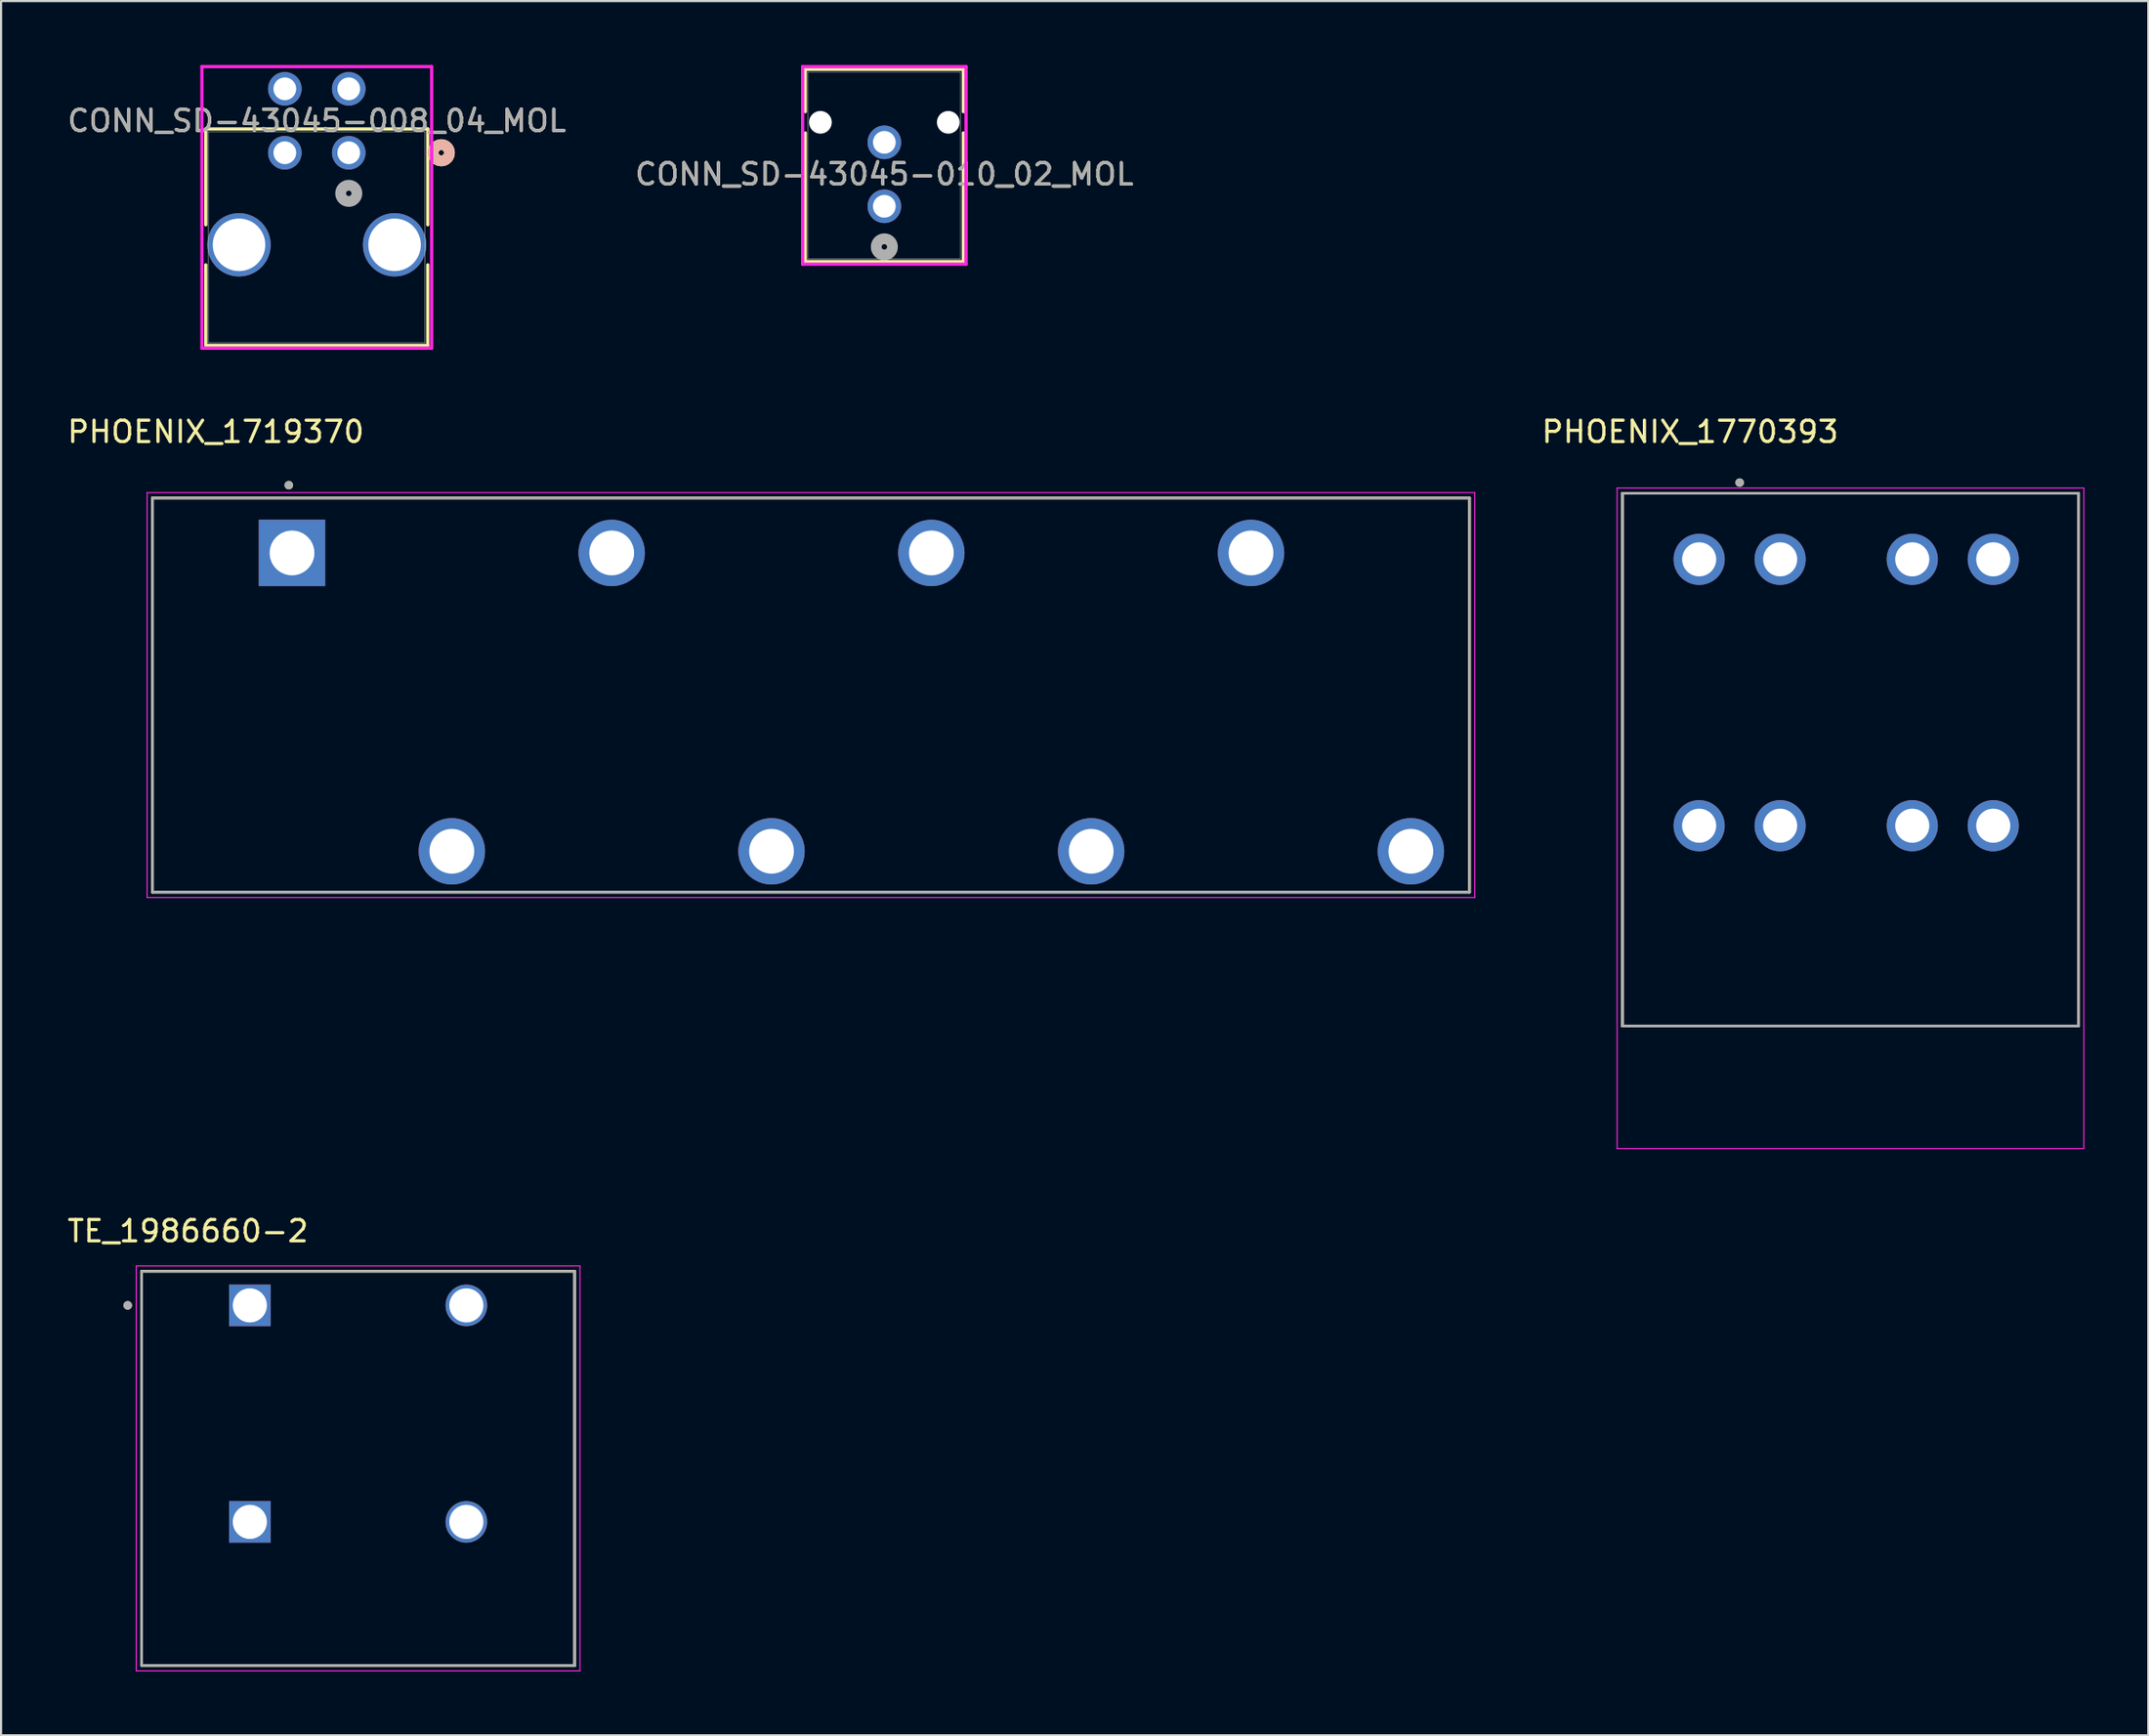
<source format=kicad_pcb>
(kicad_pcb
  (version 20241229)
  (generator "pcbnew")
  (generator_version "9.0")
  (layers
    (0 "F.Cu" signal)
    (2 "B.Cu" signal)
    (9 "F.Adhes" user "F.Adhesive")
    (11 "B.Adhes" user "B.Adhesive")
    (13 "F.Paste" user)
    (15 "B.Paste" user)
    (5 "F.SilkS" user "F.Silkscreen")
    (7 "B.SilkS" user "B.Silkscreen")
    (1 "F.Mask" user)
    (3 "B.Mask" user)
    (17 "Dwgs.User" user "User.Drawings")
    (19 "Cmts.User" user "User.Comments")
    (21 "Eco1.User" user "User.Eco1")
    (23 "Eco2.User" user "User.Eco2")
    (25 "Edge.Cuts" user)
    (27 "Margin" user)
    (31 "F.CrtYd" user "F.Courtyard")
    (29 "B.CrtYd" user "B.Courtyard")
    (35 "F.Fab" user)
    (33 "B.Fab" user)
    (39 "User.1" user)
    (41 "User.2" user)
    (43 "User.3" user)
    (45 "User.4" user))
  (footprint "TE_1986660-2"
    (layer "F.Cu")
    (at 8.673 58.205)
    (property "Reference" "TE_1986660-2" (at -2.905 -3.485 0) (layer "F.SilkS") (effects (font (size 1 1) (thickness 0.15))))
    (attr through_hole)
    (fp_line (start -5.08 16.9) (end -5.08 -1.6) (stroke (width 0.127) (type solid)) (layer "F.SilkS"))
    (fp_line (start 15.24 -1.6) (end -5.08 -1.6) (stroke (width 0.127) (type solid)) (layer "F.SilkS"))
    (fp_line (start 15.24 -1.6) (end 15.24 16.9) (stroke (width 0.127) (type solid)) (layer "F.SilkS"))
    (fp_line (start 15.24 16.9) (end -5.08 16.9) (stroke (width 0.127) (type solid)) (layer "F.SilkS"))
    (fp_circle (center -5.73 0) (end -5.63 0) (stroke (width 0.2) (type solid)) (fill no) (layer "F.SilkS"))
    (fp_line (start -5.33 -1.85) (end 15.49 -1.85) (stroke (width 0.05) (type solid)) (layer "F.CrtYd"))
    (fp_line (start -5.33 17.15) (end -5.33 -1.85) (stroke (width 0.05) (type solid)) (layer "F.CrtYd"))
    (fp_line (start 15.49 -1.85) (end 15.49 17.15) (stroke (width 0.05) (type solid)) (layer "F.CrtYd"))
    (fp_line (start 15.49 17.15) (end -5.33 17.15) (stroke (width 0.05) (type solid)) (layer "F.CrtYd"))
    (fp_line (start -5.08 -1.6) (end 15.24 -1.6) (stroke (width 0.127) (type solid)) (layer "F.Fab"))
    (fp_line (start -5.08 16.9) (end -5.08 -1.6) (stroke (width 0.127) (type solid)) (layer "F.Fab"))
    (fp_line (start -5.08 16.9) (end -5.08 16.9) (stroke (width 0.127) (type solid)) (layer "F.Fab"))
    (fp_line (start -5.08 16.9) (end 15.24 16.9) (stroke (width 0.127) (type solid)) (layer "F.Fab"))
    (fp_line (start 15.24 -1.6) (end 15.24 16.9) (stroke (width 0.127) (type solid)) (layer "F.Fab"))
    (fp_line (start 15.24 16.9) (end -5.08 16.9) (stroke (width 0.127) (type solid)) (layer "F.Fab"))
    (fp_line (start 15.24 16.9) (end 15.24 16.9) (stroke (width 0.127) (type solid)) (layer "F.Fab"))
    (fp_circle (center -5.73 0) (end -5.63 0) (stroke (width 0.2) (type solid)) (fill no) (layer "F.Fab"))
    (pad "1_1" thru_hole rect (at 0 0) (size 1.95 1.95) (drill 1.6) (layers "*.Cu" "*.Mask"))
    (pad "1_2" thru_hole rect (at 0 10.16) (size 1.95 1.95) (drill 1.6) (layers "*.Cu" "*.Mask"))
    (pad "2_1" thru_hole circle (at 10.16 0) (size 1.95 1.95) (drill 1.6) (layers "*.Cu" "*.Mask"))
    (pad "2_2" thru_hole circle (at 10.16 10.16) (size 1.95 1.95) (drill 1.6) (layers "*.Cu" "*.Mask")))
  (footprint "CONN_SD-43045-008_04_MOL"
    (layer "F.Cu")
    (at 13.315 4.118)
    (property "Reference" "CONN_SD-43045-008_04_MOL" (at -1.5 -1.5 0) (unlocked yes) (layer "F.SilkS") (effects (font (size 1 1) (thickness 0.15))))
    (attr through_hole)
    (fp_line (start -6.707 -1.117) (end -6.707 3.38) (stroke (width 0.152) (type solid)) (layer "F.SilkS"))
    (fp_line (start -6.707 5.26) (end -6.707 9.043) (stroke (width 0.152) (type solid)) (layer "F.SilkS"))
    (fp_line (start -6.707 9.043) (end 3.707 9.043) (stroke (width 0.152) (type solid)) (layer "F.SilkS"))
    (fp_line (start 3.707 -1.117) (end -6.707 -1.117) (stroke (width 0.152) (type solid)) (layer "F.SilkS"))
    (fp_line (start 3.707 3.38) (end 3.707 -1.117) (stroke (width 0.152) (type solid)) (layer "F.SilkS"))
    (fp_line (start 3.707 9.043) (end 3.707 5.26) (stroke (width 0.152) (type solid)) (layer "F.SilkS"))
    (fp_circle (center 4.342 0) (end 4.723 0) (stroke (width 0.508) (type solid)) (fill no) (layer "F.SilkS"))
    (fp_circle (center 4.342 0) (end 4.723 0) (stroke (width 0.508) (type solid)) (fill no) (layer "B.SilkS"))
    (fp_line (start -6.89 -4.041) (end -6.89 9.17) (stroke (width 0.152) (type solid)) (layer "F.CrtYd"))
    (fp_line (start -6.89 9.17) (end 3.89 9.17) (stroke (width 0.152) (type solid)) (layer "F.CrtYd"))
    (fp_line (start 3.89 -4.041) (end -6.89 -4.041) (stroke (width 0.152) (type solid)) (layer "F.CrtYd"))
    (fp_line (start 3.89 9.17) (end 3.89 -4.041) (stroke (width 0.152) (type solid)) (layer "F.CrtYd"))
    (fp_line (start -6.58 -0.99) (end -6.58 8.916) (stroke (width 0.025) (type solid)) (layer "F.Fab"))
    (fp_line (start -6.58 8.916) (end 3.58 8.916) (stroke (width 0.025) (type solid)) (layer "F.Fab"))
    (fp_line (start 3.58 -0.99) (end -6.58 -0.99) (stroke (width 0.025) (type solid)) (layer "F.Fab"))
    (fp_line (start 3.58 8.916) (end 3.58 -0.99) (stroke (width 0.025) (type solid)) (layer "F.Fab"))
    (fp_circle (center 0 1.905) (end 0.381 1.905) (stroke (width 0.508) (type solid)) (fill no) (layer "F.Fab"))
    (fp_text user "${REFERENCE}" (at -1.5 -1.5 0) (unlocked yes) (layer "F.Fab") (effects (font (size 1 1) (thickness 0.15))))
    (pad "1" thru_hole circle (at 0 0) (size 1.575 1.575) (drill 1.067) (layers "*.Cu" "*.Mask"))
    (pad "2" thru_hole circle (at -3 0) (size 1.575 1.575) (drill 1.067) (layers "*.Cu" "*.Mask"))
    (pad "3" thru_hole circle (at 0 -3) (size 1.575 1.575) (drill 1.067) (layers "*.Cu" "*.Mask"))
    (pad "4" thru_hole circle (at -3 -3) (size 1.575 1.575) (drill 1.067) (layers "*.Cu" "*.Mask"))
    (pad "5" thru_hole circle (at -5.15 4.32) (size 2.972 2.972) (drill 2.464) (layers "*.Cu" "*.Mask"))
    (pad "6" thru_hole circle (at 2.15 4.32) (size 2.972 2.972) (drill 2.464) (layers "*.Cu" "*.Mask")))
  (footprint "PHOENIX_1770393"
    (layer "F.Cu")
    (at 73.08 45.097)
    (property "Reference" "PHOENIX_1770393" (at 3.175 -27.885 0) (layer "F.SilkS") (effects (font (size 1 1) (thickness 0.15))))
    (attr through_hole)
    (fp_line (start 0 -25) (end 0 0) (stroke (width 0.127) (type solid)) (layer "F.SilkS"))
    (fp_line (start 0 0) (end 21.4 0) (stroke (width 0.127) (type solid)) (layer "F.SilkS"))
    (fp_line (start 21.4 -25) (end 0 -25) (stroke (width 0.127) (type solid)) (layer "F.SilkS"))
    (fp_line (start 21.4 0) (end 21.4 -25) (stroke (width 0.127) (type solid)) (layer "F.SilkS"))
    (fp_circle (center 5.5 -25.5) (end 5.6 -25.5) (stroke (width 0.2) (type solid)) (fill no) (layer "F.SilkS"))
    (fp_line (start -0.25 -25.25) (end 21.65 -25.25) (stroke (width 0.05) (type solid)) (layer "F.CrtYd"))
    (fp_line (start -0.25 5.75) (end -0.25 -25.25) (stroke (width 0.05) (type solid)) (layer "F.CrtYd"))
    (fp_line (start 21.65 -25.25) (end 21.65 5.75) (stroke (width 0.05) (type solid)) (layer "F.CrtYd"))
    (fp_line (start 21.65 5.75) (end -0.25 5.75) (stroke (width 0.05) (type solid)) (layer "F.CrtYd"))
    (fp_line (start 0 -25) (end 0 0) (stroke (width 0.127) (type solid)) (layer "F.Fab"))
    (fp_line (start 0 0) (end 21.4 0) (stroke (width 0.127) (type solid)) (layer "F.Fab"))
    (fp_line (start 21.4 -25) (end 0 -25) (stroke (width 0.127) (type solid)) (layer "F.Fab"))
    (fp_line (start 21.4 0) (end 21.4 -25) (stroke (width 0.127) (type solid)) (layer "F.Fab"))
    (fp_circle (center 5.5 -25.5) (end 5.6 -25.5) (stroke (width 0.2) (type solid)) (fill no) (layer "F.Fab"))
    (pad "1_1" thru_hole circle (at 3.6 -21.9) (size 2.4 2.4) (drill 1.6) (layers "*.Cu" "*.Mask"))
    (pad "1_2" thru_hole circle (at 7.4 -21.9) (size 2.4 2.4) (drill 1.6) (layers "*.Cu" "*.Mask"))
    (pad "1_3" thru_hole circle (at 3.6 -9.4) (size 2.4 2.4) (drill 1.6) (layers "*.Cu" "*.Mask"))
    (pad "1_4" thru_hole circle (at 7.4 -9.4) (size 2.4 2.4) (drill 1.6) (layers "*.Cu" "*.Mask"))
    (pad "2_1" thru_hole circle (at 13.6 -21.9) (size 2.4 2.4) (drill 1.6) (layers "*.Cu" "*.Mask"))
    (pad "2_2" thru_hole circle (at 17.4 -21.9) (size 2.4 2.4) (drill 1.6) (layers "*.Cu" "*.Mask"))
    (pad "2_3" thru_hole circle (at 13.6 -9.4) (size 2.4 2.4) (drill 1.6) (layers "*.Cu" "*.Mask"))
    (pad "2_4" thru_hole circle (at 17.4 -9.4) (size 2.4 2.4) (drill 1.6) (layers "*.Cu" "*.Mask")))
  (footprint "CONN_SD-43045-010_02_MOL"
    (layer "F.Cu")
    (at 38.446 6.63)
    (property "Reference" "CONN_SD-43045-010_02_MOL" (at 0 -1.5 0) (unlocked yes) (layer "F.SilkS") (effects (font (size 1 1) (thickness 0.15))))
    (attr through_hole)
    (fp_line (start -3.708 -6.427) (end -3.708 -4.438) (stroke (width 0.152) (type solid)) (layer "F.SilkS"))
    (fp_line (start -3.708 -3.442) (end -3.708 2.59) (stroke (width 0.152) (type solid)) (layer "F.SilkS"))
    (fp_line (start -3.708 2.59) (end 3.708 2.59) (stroke (width 0.152) (type solid)) (layer "F.SilkS"))
    (fp_line (start 3.708 -6.427) (end -3.708 -6.427) (stroke (width 0.152) (type solid)) (layer "F.SilkS"))
    (fp_line (start 3.708 -4.438) (end 3.708 -6.427) (stroke (width 0.152) (type solid)) (layer "F.SilkS"))
    (fp_line (start 3.708 2.59) (end 3.708 -3.442) (stroke (width 0.152) (type solid)) (layer "F.SilkS"))
    (fp_line (start -3.835 -6.554) (end -3.835 2.717) (stroke (width 0.152) (type solid)) (layer "F.CrtYd"))
    (fp_line (start -3.835 2.717) (end 3.835 2.717) (stroke (width 0.152) (type solid)) (layer "F.CrtYd"))
    (fp_line (start 3.835 -6.554) (end -3.835 -6.554) (stroke (width 0.152) (type solid)) (layer "F.CrtYd"))
    (fp_line (start 3.835 2.717) (end 3.835 -6.554) (stroke (width 0.152) (type solid)) (layer "F.CrtYd"))
    (fp_line (start -3.581 -6.3) (end -3.581 2.463) (stroke (width 0.025) (type solid)) (layer "F.Fab"))
    (fp_line (start -3.581 2.463) (end 3.581 2.463) (stroke (width 0.025) (type solid)) (layer "F.Fab"))
    (fp_line (start 3.581 -6.3) (end -3.581 -6.3) (stroke (width 0.025) (type solid)) (layer "F.Fab"))
    (fp_line (start 3.581 2.463) (end 3.581 -6.3) (stroke (width 0.025) (type solid)) (layer "F.Fab"))
    (fp_circle (center 0 1.905) (end 0.381 1.905) (stroke (width 0.508) (type solid)) (fill no) (layer "F.Fab"))
    (fp_text user "${REFERENCE}" (at 0 -1.5 0) (unlocked yes) (layer "F.Fab") (effects (font (size 1 1) (thickness 0.15))))
    (pad "" np_thru_hole circle (at -3 -3.94) (size 1.067 1.067) (drill 1.067) (layers "*.Cu" "*.Mask"))
    (pad "" np_thru_hole circle (at 3 -3.94) (size 1.067 1.067) (drill 1.067) (layers "*.Cu" "*.Mask"))
    (pad "1" thru_hole circle (at 0 0) (size 1.575 1.575) (drill 1.067) (layers "*.Cu" "*.Mask"))
    (pad "2" thru_hole circle (at 0 -3) (size 1.575 1.575) (drill 1.067) (layers "*.Cu" "*.Mask")))
  (footprint "PHOENIX_1719370"
    (layer "F.Cu")
    (at 4.102 38.817)
    (property "Reference" "PHOENIX_1719370" (at 2.975 -21.605 0) (layer "F.SilkS") (effects (font (size 1 1) (thickness 0.15))))
    (attr through_hole)
    (fp_line (start 0 -18.5) (end 61.8 -18.5) (stroke (width 0.127) (type solid)) (layer "F.SilkS"))
    (fp_line (start 0 0) (end 0 -18.5) (stroke (width 0.127) (type solid)) (layer "F.SilkS"))
    (fp_line (start 61.8 -18.5) (end 61.8 0) (stroke (width 0.127) (type solid)) (layer "F.SilkS"))
    (fp_line (start 61.8 0) (end 0 0) (stroke (width 0.127) (type solid)) (layer "F.SilkS"))
    (fp_circle (center 6.4 -19.1) (end 6.5 -19.1) (stroke (width 0.2) (type solid)) (fill no) (layer "F.SilkS"))
    (fp_line (start -0.25 -18.75) (end -0.25 0.25) (stroke (width 0.05) (type solid)) (layer "F.CrtYd"))
    (fp_line (start -0.25 0.25) (end 62.05 0.25) (stroke (width 0.05) (type solid)) (layer "F.CrtYd"))
    (fp_line (start 62.05 -18.75) (end -0.25 -18.75) (stroke (width 0.05) (type solid)) (layer "F.CrtYd"))
    (fp_line (start 62.05 0.25) (end 62.05 -18.75) (stroke (width 0.05) (type solid)) (layer "F.CrtYd"))
    (fp_line (start 0 -18.5) (end 61.8 -18.5) (stroke (width 0.127) (type solid)) (layer "F.Fab"))
    (fp_line (start 0 0) (end 0 -18.5) (stroke (width 0.127) (type solid)) (layer "F.Fab"))
    (fp_line (start 61.8 -18.5) (end 61.8 0) (stroke (width 0.127) (type solid)) (layer "F.Fab"))
    (fp_line (start 61.8 0) (end 0 0) (stroke (width 0.127) (type solid)) (layer "F.Fab"))
    (fp_circle (center 6.4 -19.1) (end 6.5 -19.1) (stroke (width 0.2) (type solid)) (fill no) (layer "F.Fab"))
    (pad "1" thru_hole rect (at 6.55 -15.92) (size 3.116 3.116) (drill 2.1) (layers "*.Cu" "*.Mask"))
    (pad "2" thru_hole circle (at 14.05 -1.92) (size 3.116 3.116) (drill 2.1) (layers "*.Cu" "*.Mask"))
    (pad "3" thru_hole circle (at 21.55 -15.92) (size 3.116 3.116) (drill 2.1) (layers "*.Cu" "*.Mask"))
    (pad "4" thru_hole circle (at 29.05 -1.92) (size 3.116 3.116) (drill 2.1) (layers "*.Cu" "*.Mask"))
    (pad "5" thru_hole circle (at 36.55 -15.92) (size 3.116 3.116) (drill 2.1) (layers "*.Cu" "*.Mask"))
    (pad "6" thru_hole circle (at 44.05 -1.92) (size 3.116 3.116) (drill 2.1) (layers "*.Cu" "*.Mask"))
    (pad "7" thru_hole circle (at 51.55 -15.92) (size 3.116 3.116) (drill 2.1) (layers "*.Cu" "*.Mask"))
    (pad "8" thru_hole circle (at 59.05 -1.92) (size 3.116 3.116) (drill 2.1) (layers "*.Cu" "*.Mask")))
  (gr_rect
    (start -3 -3)
    (end 97.755 78.38)
    (stroke (width 0.1) (type default))
    (fill no)
    (layer "Edge.Cuts")))
</source>
